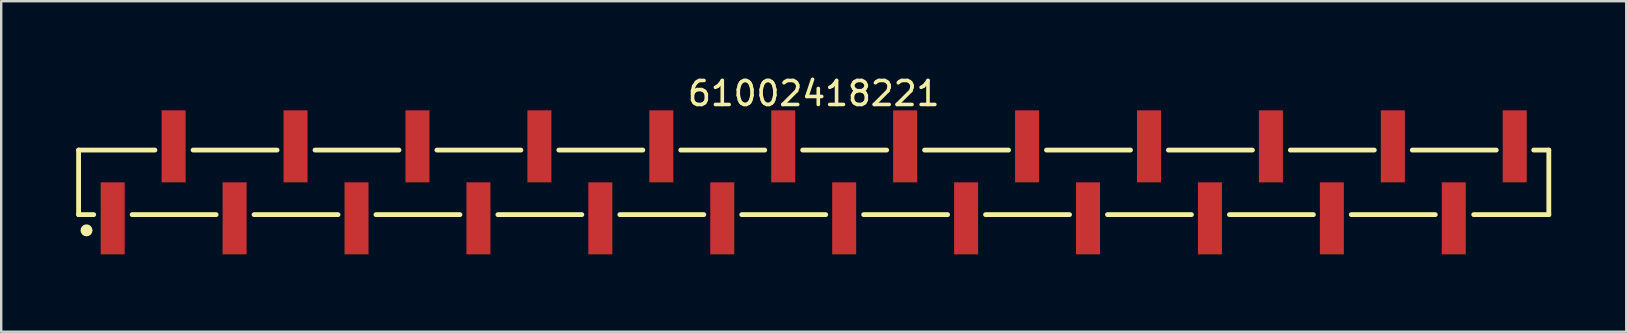
<source format=kicad_pcb>
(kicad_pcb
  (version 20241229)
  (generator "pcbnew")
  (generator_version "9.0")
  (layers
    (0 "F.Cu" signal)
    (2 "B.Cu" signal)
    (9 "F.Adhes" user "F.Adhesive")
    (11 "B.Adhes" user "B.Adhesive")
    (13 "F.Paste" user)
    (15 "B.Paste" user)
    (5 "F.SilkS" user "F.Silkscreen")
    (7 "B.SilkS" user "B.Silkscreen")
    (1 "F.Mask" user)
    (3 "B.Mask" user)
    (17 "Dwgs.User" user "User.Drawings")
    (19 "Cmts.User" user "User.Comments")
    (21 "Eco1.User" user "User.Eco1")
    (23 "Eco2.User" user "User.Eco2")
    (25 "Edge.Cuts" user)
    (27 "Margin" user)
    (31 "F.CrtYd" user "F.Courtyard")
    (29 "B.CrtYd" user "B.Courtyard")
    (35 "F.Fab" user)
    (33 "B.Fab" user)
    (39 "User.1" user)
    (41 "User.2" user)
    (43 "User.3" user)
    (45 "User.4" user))
  (footprint "61002418221"
    (layer "F.Cu")
    (at 30.855 4.548)
    (property "Reference" "61002418221" (at 0 -3.7 0) (layer "F.SilkS") (effects (font (size 1 1) (thickness 0.15))))
    (fp_line (start -30.63 -1.345) (end -27.45 -1.345) (stroke (width 0.2) (type solid)) (layer "F.SilkS"))
    (fp_line (start -30.63 1.345) (end -30.63 -1.345) (stroke (width 0.2) (type solid)) (layer "F.SilkS"))
    (fp_line (start -30.63 1.345) (end -30 1.345) (stroke (width 0.2) (type solid)) (layer "F.SilkS"))
    (fp_line (start -28.4 1.345) (end -24.9 1.345) (stroke (width 0.2) (type solid)) (layer "F.SilkS"))
    (fp_line (start -25.86 -1.345) (end -22.36 -1.345) (stroke (width 0.2) (type solid)) (layer "F.SilkS"))
    (fp_line (start -23.32 1.345) (end -19.82 1.345) (stroke (width 0.2) (type solid)) (layer "F.SilkS"))
    (fp_line (start -20.78 -1.345) (end -17.28 -1.345) (stroke (width 0.2) (type solid)) (layer "F.SilkS"))
    (fp_line (start -18.24 1.345) (end -14.74 1.345) (stroke (width 0.2) (type solid)) (layer "F.SilkS"))
    (fp_line (start -15.7 -1.345) (end -12.2 -1.345) (stroke (width 0.2) (type solid)) (layer "F.SilkS"))
    (fp_line (start -13.16 1.345) (end -9.66 1.345) (stroke (width 0.2) (type solid)) (layer "F.SilkS"))
    (fp_line (start -10.62 -1.345) (end -7.12 -1.345) (stroke (width 0.2) (type solid)) (layer "F.SilkS"))
    (fp_line (start -8.08 1.345) (end -4.58 1.345) (stroke (width 0.2) (type solid)) (layer "F.SilkS"))
    (fp_line (start -5.54 -1.345) (end -2.04 -1.345) (stroke (width 0.2) (type solid)) (layer "F.SilkS"))
    (fp_line (start -3 1.345) (end 0.5 1.345) (stroke (width 0.2) (type solid)) (layer "F.SilkS"))
    (fp_line (start -0.46 -1.345) (end 3.04 -1.345) (stroke (width 0.2) (type solid)) (layer "F.SilkS"))
    (fp_line (start 2.08 1.345) (end 5.58 1.345) (stroke (width 0.2) (type solid)) (layer "F.SilkS"))
    (fp_line (start 4.62 -1.345) (end 8.12 -1.345) (stroke (width 0.2) (type solid)) (layer "F.SilkS"))
    (fp_line (start 7.16 1.345) (end 10.66 1.345) (stroke (width 0.2) (type solid)) (layer "F.SilkS"))
    (fp_line (start 9.7 -1.345) (end 13.2 -1.345) (stroke (width 0.2) (type solid)) (layer "F.SilkS"))
    (fp_line (start 12.24 1.345) (end 15.74 1.345) (stroke (width 0.2) (type solid)) (layer "F.SilkS"))
    (fp_line (start 14.78 -1.345) (end 18.28 -1.345) (stroke (width 0.2) (type solid)) (layer "F.SilkS"))
    (fp_line (start 17.32 1.345) (end 20.82 1.345) (stroke (width 0.2) (type solid)) (layer "F.SilkS"))
    (fp_line (start 19.86 -1.345) (end 23.36 -1.345) (stroke (width 0.2) (type solid)) (layer "F.SilkS"))
    (fp_line (start 22.4 1.345) (end 25.9 1.345) (stroke (width 0.2) (type solid)) (layer "F.SilkS"))
    (fp_line (start 24.94 -1.345) (end 28.44 -1.345) (stroke (width 0.2) (type solid)) (layer "F.SilkS"))
    (fp_line (start 27.5 1.345) (end 30.63 1.345) (stroke (width 0.2) (type solid)) (layer "F.SilkS"))
    (fp_line (start 30 -1.345) (end 30.63 -1.345) (stroke (width 0.2) (type solid)) (layer "F.SilkS"))
    (fp_line (start 30.63 1.345) (end 30.63 -1.345) (stroke (width 0.2) (type solid)) (layer "F.SilkS"))
    (fp_circle (center -30.3 2) (end -30.3 1.875) (stroke (width 0.25) (type solid)) (fill no) (layer "F.SilkS"))
    (fp_line (start -30.83 -3.2) (end 30.83 -3.2) (stroke (width 0.05) (type solid)) (layer "Eco2.User"))
    (fp_line (start -30.83 3.2) (end -30.83 -3.2) (stroke (width 0.05) (type solid)) (layer "Eco2.User"))
    (fp_line (start -30.83 3.2) (end 30.83 3.2) (stroke (width 0.05) (type solid)) (layer "Eco2.User"))
    (fp_line (start -30.48 -1.27) (end 30.48 -1.27) (stroke (width 0.1) (type solid)) (layer "Eco2.User"))
    (fp_line (start -30.48 1.27) (end -30.48 -1.27) (stroke (width 0.1) (type solid)) (layer "Eco2.User"))
    (fp_line (start -30.48 1.27) (end 30.48 1.27) (stroke (width 0.1) (type solid)) (layer "Eco2.User"))
    (fp_line (start -29.53 2.5) (end -29.53 1.27) (stroke (width 0.1) (type solid)) (layer "Eco2.User"))
    (fp_line (start -29.53 2.5) (end -28.89 2.5) (stroke (width 0.1) (type solid)) (layer "Eco2.User"))
    (fp_line (start -28.89 2.5) (end -28.89 1.27) (stroke (width 0.1) (type solid)) (layer "Eco2.User"))
    (fp_line (start -26.99 -2.5) (end -26.35 -2.5) (stroke (width 0.1) (type solid)) (layer "Eco2.User"))
    (fp_line (start -26.99 -1.27) (end -26.99 -2.5) (stroke (width 0.1) (type solid)) (layer "Eco2.User"))
    (fp_line (start -26.35 -1.27) (end -26.35 -2.5) (stroke (width 0.1) (type solid)) (layer "Eco2.User"))
    (fp_line (start -24.45 2.5) (end -24.45 1.27) (stroke (width 0.1) (type solid)) (layer "Eco2.User"))
    (fp_line (start -24.45 2.5) (end -23.81 2.5) (stroke (width 0.1) (type solid)) (layer "Eco2.User"))
    (fp_line (start -23.81 2.5) (end -23.81 1.27) (stroke (width 0.1) (type solid)) (layer "Eco2.User"))
    (fp_line (start -21.91 -2.5) (end -21.27 -2.5) (stroke (width 0.1) (type solid)) (layer "Eco2.User"))
    (fp_line (start -21.91 -1.27) (end -21.91 -2.5) (stroke (width 0.1) (type solid)) (layer "Eco2.User"))
    (fp_line (start -21.27 -1.27) (end -21.27 -2.5) (stroke (width 0.1) (type solid)) (layer "Eco2.User"))
    (fp_line (start -19.37 2.5) (end -19.37 1.27) (stroke (width 0.1) (type solid)) (layer "Eco2.User"))
    (fp_line (start -19.37 2.5) (end -18.73 2.5) (stroke (width 0.1) (type solid)) (layer "Eco2.User"))
    (fp_line (start -18.73 2.5) (end -18.73 1.27) (stroke (width 0.1) (type solid)) (layer "Eco2.User"))
    (fp_line (start -16.83 -2.5) (end -16.19 -2.5) (stroke (width 0.1) (type solid)) (layer "Eco2.User"))
    (fp_line (start -16.83 -1.27) (end -16.83 -2.5) (stroke (width 0.1) (type solid)) (layer "Eco2.User"))
    (fp_line (start -16.19 -1.27) (end -16.19 -2.5) (stroke (width 0.1) (type solid)) (layer "Eco2.User"))
    (fp_line (start -14.29 2.5) (end -14.29 1.27) (stroke (width 0.1) (type solid)) (layer "Eco2.User"))
    (fp_line (start -14.29 2.5) (end -13.65 2.5) (stroke (width 0.1) (type solid)) (layer "Eco2.User"))
    (fp_line (start -13.65 2.5) (end -13.65 1.27) (stroke (width 0.1) (type solid)) (layer "Eco2.User"))
    (fp_line (start -11.75 -2.5) (end -11.11 -2.5) (stroke (width 0.1) (type solid)) (layer "Eco2.User"))
    (fp_line (start -11.75 -1.27) (end -11.75 -2.5) (stroke (width 0.1) (type solid)) (layer "Eco2.User"))
    (fp_line (start -11.11 -1.27) (end -11.11 -2.5) (stroke (width 0.1) (type solid)) (layer "Eco2.User"))
    (fp_line (start -9.21 2.5) (end -9.21 1.27) (stroke (width 0.1) (type solid)) (layer "Eco2.User"))
    (fp_line (start -9.21 2.5) (end -8.57 2.5) (stroke (width 0.1) (type solid)) (layer "Eco2.User"))
    (fp_line (start -8.57 2.5) (end -8.57 1.27) (stroke (width 0.1) (type solid)) (layer "Eco2.User"))
    (fp_line (start -6.67 -2.5) (end -6.03 -2.5) (stroke (width 0.1) (type solid)) (layer "Eco2.User"))
    (fp_line (start -6.67 -1.27) (end -6.67 -2.5) (stroke (width 0.1) (type solid)) (layer "Eco2.User"))
    (fp_line (start -6.03 -1.27) (end -6.03 -2.5) (stroke (width 0.1) (type solid)) (layer "Eco2.User"))
    (fp_line (start -4.13 2.5) (end -4.13 1.27) (stroke (width 0.1) (type solid)) (layer "Eco2.User"))
    (fp_line (start -4.13 2.5) (end -3.49 2.5) (stroke (width 0.1) (type solid)) (layer "Eco2.User"))
    (fp_line (start -3.49 2.5) (end -3.49 1.27) (stroke (width 0.1) (type solid)) (layer "Eco2.User"))
    (fp_line (start -1.59 -2.5) (end -0.95 -2.5) (stroke (width 0.1) (type solid)) (layer "Eco2.User"))
    (fp_line (start -1.59 -1.27) (end -1.59 -2.5) (stroke (width 0.1) (type solid)) (layer "Eco2.User"))
    (fp_line (start -0.95 -1.27) (end -0.95 -2.5) (stroke (width 0.1) (type solid)) (layer "Eco2.User"))
    (fp_line (start -0.5 0) (end 0.5 0) (stroke (width 0.05) (type solid)) (layer "Eco2.User"))
    (fp_line (start 0 0.5) (end 0 -0.5) (stroke (width 0.05) (type solid)) (layer "Eco2.User"))
    (fp_line (start 0.95 2.5) (end 0.95 1.27) (stroke (width 0.1) (type solid)) (layer "Eco2.User"))
    (fp_line (start 0.95 2.5) (end 1.59 2.5) (stroke (width 0.1) (type solid)) (layer "Eco2.User"))
    (fp_line (start 1.59 2.5) (end 1.59 1.27) (stroke (width 0.1) (type solid)) (layer "Eco2.User"))
    (fp_line (start 3.49 -2.5) (end 4.13 -2.5) (stroke (width 0.1) (type solid)) (layer "Eco2.User"))
    (fp_line (start 3.49 -1.27) (end 3.49 -2.5) (stroke (width 0.1) (type solid)) (layer "Eco2.User"))
    (fp_line (start 4.13 -1.27) (end 4.13 -2.5) (stroke (width 0.1) (type solid)) (layer "Eco2.User"))
    (fp_line (start 6.03 2.5) (end 6.03 1.27) (stroke (width 0.1) (type solid)) (layer "Eco2.User"))
    (fp_line (start 6.03 2.5) (end 6.67 2.5) (stroke (width 0.1) (type solid)) (layer "Eco2.User"))
    (fp_line (start 6.67 2.5) (end 6.67 1.27) (stroke (width 0.1) (type solid)) (layer "Eco2.User"))
    (fp_line (start 8.57 -2.5) (end 9.21 -2.5) (stroke (width 0.1) (type solid)) (layer "Eco2.User"))
    (fp_line (start 8.57 -1.27) (end 8.57 -2.5) (stroke (width 0.1) (type solid)) (layer "Eco2.User"))
    (fp_line (start 9.21 -1.27) (end 9.21 -2.5) (stroke (width 0.1) (type solid)) (layer "Eco2.User"))
    (fp_line (start 11.11 2.5) (end 11.11 1.27) (stroke (width 0.1) (type solid)) (layer "Eco2.User"))
    (fp_line (start 11.11 2.5) (end 11.75 2.5) (stroke (width 0.1) (type solid)) (layer "Eco2.User"))
    (fp_line (start 11.75 2.5) (end 11.75 1.27) (stroke (width 0.1) (type solid)) (layer "Eco2.User"))
    (fp_line (start 13.65 -2.5) (end 14.29 -2.5) (stroke (width 0.1) (type solid)) (layer "Eco2.User"))
    (fp_line (start 13.65 -1.27) (end 13.65 -2.5) (stroke (width 0.1) (type solid)) (layer "Eco2.User"))
    (fp_line (start 14.29 -1.27) (end 14.29 -2.5) (stroke (width 0.1) (type solid)) (layer "Eco2.User"))
    (fp_line (start 16.19 2.5) (end 16.19 1.27) (stroke (width 0.1) (type solid)) (layer "Eco2.User"))
    (fp_line (start 16.19 2.5) (end 16.83 2.5) (stroke (width 0.1) (type solid)) (layer "Eco2.User"))
    (fp_line (start 16.83 2.5) (end 16.83 1.27) (stroke (width 0.1) (type solid)) (layer "Eco2.User"))
    (fp_line (start 18.73 -2.5) (end 19.37 -2.5) (stroke (width 0.1) (type solid)) (layer "Eco2.User"))
    (fp_line (start 18.73 -1.27) (end 18.73 -2.5) (stroke (width 0.1) (type solid)) (layer "Eco2.User"))
    (fp_line (start 19.37 -1.27) (end 19.37 -2.5) (stroke (width 0.1) (type solid)) (layer "Eco2.User"))
    (fp_line (start 21.27 2.5) (end 21.27 1.27) (stroke (width 0.1) (type solid)) (layer "Eco2.User"))
    (fp_line (start 21.27 2.5) (end 21.91 2.5) (stroke (width 0.1) (type solid)) (layer "Eco2.User"))
    (fp_line (start 21.91 2.5) (end 21.91 1.27) (stroke (width 0.1) (type solid)) (layer "Eco2.User"))
    (fp_line (start 23.81 -2.5) (end 24.45 -2.5) (stroke (width 0.1) (type solid)) (layer "Eco2.User"))
    (fp_line (start 23.81 -1.27) (end 23.81 -2.5) (stroke (width 0.1) (type solid)) (layer "Eco2.User"))
    (fp_line (start 24.45 -1.27) (end 24.45 -2.5) (stroke (width 0.1) (type solid)) (layer "Eco2.User"))
    (fp_line (start 26.35 2.5) (end 26.35 1.27) (stroke (width 0.1) (type solid)) (layer "Eco2.User"))
    (fp_line (start 26.35 2.5) (end 26.99 2.5) (stroke (width 0.1) (type solid)) (layer "Eco2.User"))
    (fp_line (start 26.99 2.5) (end 26.99 1.27) (stroke (width 0.1) (type solid)) (layer "Eco2.User"))
    (fp_line (start 28.89 -2.5) (end 29.53 -2.5) (stroke (width 0.1) (type solid)) (layer "Eco2.User"))
    (fp_line (start 28.89 -1.27) (end 28.89 -2.5) (stroke (width 0.1) (type solid)) (layer "Eco2.User"))
    (fp_line (start 29.53 -1.27) (end 29.53 -2.5) (stroke (width 0.1) (type solid)) (layer "Eco2.User"))
    (fp_line (start 30.48 1.27) (end 30.48 -1.27) (stroke (width 0.1) (type solid)) (layer "Eco2.User"))
    (fp_line (start 30.83 3.2) (end 30.83 -3.2) (stroke (width 0.05) (type solid)) (layer "Eco2.User"))
    (fp_text user "${REFERENCE}" (at 0.15 -0.197 0) (unlocked yes) (layer "User.3") (effects (font (size 1.5 1.5) (thickness 0.15))))
    (pad "1" smd rect (at -29.21 1.5) (size 1 3) (layers "F.Cu" "F.Mask" "F.Paste"))
    (pad "2" smd rect (at -26.67 -1.5) (size 1 3) (layers "F.Cu" "F.Mask" "F.Paste"))
    (pad "3" smd rect (at -24.13 1.5) (size 1 3) (layers "F.Cu" "F.Mask" "F.Paste"))
    (pad "4" smd rect (at -21.59 -1.5) (size 1 3) (layers "F.Cu" "F.Mask" "F.Paste"))
    (pad "5" smd rect (at -19.05 1.5) (size 1 3) (layers "F.Cu" "F.Mask" "F.Paste"))
    (pad "6" smd rect (at -16.51 -1.5) (size 1 3) (layers "F.Cu" "F.Mask" "F.Paste"))
    (pad "7" smd rect (at -13.97 1.5) (size 1 3) (layers "F.Cu" "F.Mask" "F.Paste"))
    (pad "8" smd rect (at -11.43 -1.5) (size 1 3) (layers "F.Cu" "F.Mask" "F.Paste"))
    (pad "9" smd rect (at -8.89 1.5) (size 1 3) (layers "F.Cu" "F.Mask" "F.Paste"))
    (pad "10" smd rect (at -6.35 -1.5) (size 1 3) (layers "F.Cu" "F.Mask" "F.Paste"))
    (pad "11" smd rect (at -3.81 1.5) (size 1 3) (layers "F.Cu" "F.Mask" "F.Paste"))
    (pad "12" smd rect (at -1.27 -1.5) (size 1 3) (layers "F.Cu" "F.Mask" "F.Paste"))
    (pad "13" smd rect (at 1.27 1.5) (size 1 3) (layers "F.Cu" "F.Mask" "F.Paste"))
    (pad "14" smd rect (at 3.81 -1.5) (size 1 3) (layers "F.Cu" "F.Mask" "F.Paste"))
    (pad "15" smd rect (at 6.35 1.5) (size 1 3) (layers "F.Cu" "F.Mask" "F.Paste"))
    (pad "16" smd rect (at 8.89 -1.5) (size 1 3) (layers "F.Cu" "F.Mask" "F.Paste"))
    (pad "17" smd rect (at 11.43 1.5) (size 1 3) (layers "F.Cu" "F.Mask" "F.Paste"))
    (pad "18" smd rect (at 13.97 -1.5) (size 1 3) (layers "F.Cu" "F.Mask" "F.Paste"))
    (pad "19" smd rect (at 16.51 1.5) (size 1 3) (layers "F.Cu" "F.Mask" "F.Paste"))
    (pad "20" smd rect (at 19.05 -1.5) (size 1 3) (layers "F.Cu" "F.Mask" "F.Paste"))
    (pad "21" smd rect (at 21.59 1.5) (size 1 3) (layers "F.Cu" "F.Mask" "F.Paste"))
    (pad "22" smd rect (at 24.13 -1.5) (size 1 3) (layers "F.Cu" "F.Mask" "F.Paste"))
    (pad "23" smd rect (at 26.67 1.5) (size 1 3) (layers "F.Cu" "F.Mask" "F.Paste"))
    (pad "24" smd rect (at 29.21 -1.5) (size 1 3) (layers "F.Cu" "F.Mask" "F.Paste")))
  (gr_rect
    (start -3 -3)
    (end 64.71 10.773)
    (stroke (width 0.1) (type default))
    (fill no)
    (layer "Edge.Cuts")))
</source>
